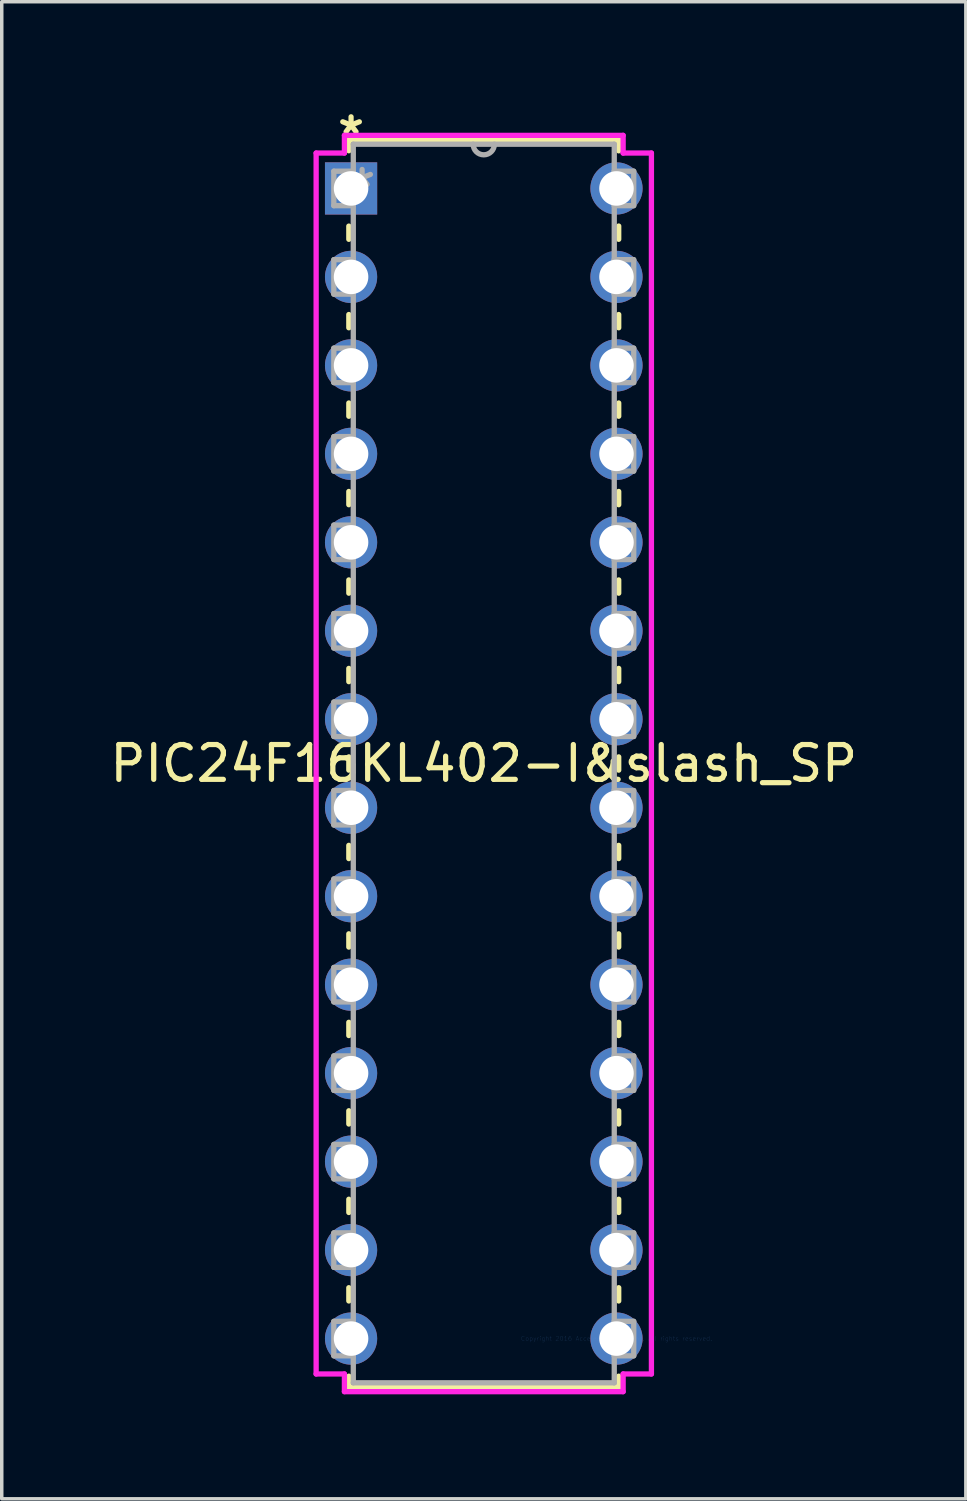
<source format=kicad_pcb>
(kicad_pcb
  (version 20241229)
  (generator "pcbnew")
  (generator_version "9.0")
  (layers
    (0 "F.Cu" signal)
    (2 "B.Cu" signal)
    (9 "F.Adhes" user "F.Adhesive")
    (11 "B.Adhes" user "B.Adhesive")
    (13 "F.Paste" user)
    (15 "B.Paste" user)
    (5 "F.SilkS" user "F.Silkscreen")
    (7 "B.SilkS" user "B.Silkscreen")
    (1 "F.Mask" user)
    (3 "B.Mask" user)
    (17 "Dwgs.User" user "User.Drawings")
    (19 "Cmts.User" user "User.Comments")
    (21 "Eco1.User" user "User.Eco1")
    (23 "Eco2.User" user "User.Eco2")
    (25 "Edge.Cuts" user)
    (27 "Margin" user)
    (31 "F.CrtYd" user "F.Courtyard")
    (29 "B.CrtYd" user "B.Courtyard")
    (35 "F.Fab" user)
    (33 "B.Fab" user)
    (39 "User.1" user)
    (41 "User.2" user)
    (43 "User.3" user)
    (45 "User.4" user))
  (footprint "PIC24F16KL402-I&slash_SP"
    (layer "F.Cu")
    (at 14.649 35.38)
    (property "Reference" "PIC24F16KL402-I&slash_SP" (at -3.81 -16.51 0) (layer "F.SilkS") (effects (font (size 1 1) (thickness 0.15))))
    (attr through_hole)
    (fp_line (start -7.684 -34.417) (end -7.684 -34.102) (stroke (width 0.152) (type solid)) (layer "F.SilkS"))
    (fp_line (start -7.684 -31.938) (end -7.684 -31.56) (stroke (width 0.152) (type solid)) (layer "F.SilkS"))
    (fp_line (start -7.684 -29.4) (end -7.684 -29.02) (stroke (width 0.152) (type solid)) (layer "F.SilkS"))
    (fp_line (start -7.684 -26.86) (end -7.684 -26.48) (stroke (width 0.152) (type solid)) (layer "F.SilkS"))
    (fp_line (start -7.684 -24.32) (end -7.684 -23.94) (stroke (width 0.152) (type solid)) (layer "F.SilkS"))
    (fp_line (start -7.684 -21.78) (end -7.684 -21.4) (stroke (width 0.152) (type solid)) (layer "F.SilkS"))
    (fp_line (start -7.684 -19.24) (end -7.684 -18.86) (stroke (width 0.152) (type solid)) (layer "F.SilkS"))
    (fp_line (start -7.684 -16.7) (end -7.684 -16.32) (stroke (width 0.152) (type solid)) (layer "F.SilkS"))
    (fp_line (start -7.684 -14.16) (end -7.684 -13.78) (stroke (width 0.152) (type solid)) (layer "F.SilkS"))
    (fp_line (start -7.684 -11.62) (end -7.684 -11.24) (stroke (width 0.152) (type solid)) (layer "F.SilkS"))
    (fp_line (start -7.684 -9.08) (end -7.684 -8.7) (stroke (width 0.152) (type solid)) (layer "F.SilkS"))
    (fp_line (start -7.684 -6.54) (end -7.684 -6.16) (stroke (width 0.152) (type solid)) (layer "F.SilkS"))
    (fp_line (start -7.684 -4) (end -7.684 -3.62) (stroke (width 0.152) (type solid)) (layer "F.SilkS"))
    (fp_line (start -7.684 -1.46) (end -7.684 -1.08) (stroke (width 0.152) (type solid)) (layer "F.SilkS"))
    (fp_line (start -7.684 1.08) (end -7.684 1.397) (stroke (width 0.152) (type solid)) (layer "F.SilkS"))
    (fp_line (start -7.684 1.397) (end 0.064 1.397) (stroke (width 0.152) (type solid)) (layer "F.SilkS"))
    (fp_line (start 0.064 -34.417) (end -7.684 -34.417) (stroke (width 0.152) (type solid)) (layer "F.SilkS"))
    (fp_line (start 0.064 -34.1) (end 0.064 -34.417) (stroke (width 0.152) (type solid)) (layer "F.SilkS"))
    (fp_line (start 0.064 -31.56) (end 0.064 -31.94) (stroke (width 0.152) (type solid)) (layer "F.SilkS"))
    (fp_line (start 0.064 -29.02) (end 0.064 -29.4) (stroke (width 0.152) (type solid)) (layer "F.SilkS"))
    (fp_line (start 0.064 -26.48) (end 0.064 -26.86) (stroke (width 0.152) (type solid)) (layer "F.SilkS"))
    (fp_line (start 0.064 -23.94) (end 0.064 -24.32) (stroke (width 0.152) (type solid)) (layer "F.SilkS"))
    (fp_line (start 0.064 -21.4) (end 0.064 -21.78) (stroke (width 0.152) (type solid)) (layer "F.SilkS"))
    (fp_line (start 0.064 -18.86) (end 0.064 -19.24) (stroke (width 0.152) (type solid)) (layer "F.SilkS"))
    (fp_line (start 0.064 -16.32) (end 0.064 -16.7) (stroke (width 0.152) (type solid)) (layer "F.SilkS"))
    (fp_line (start 0.064 -13.78) (end 0.064 -14.16) (stroke (width 0.152) (type solid)) (layer "F.SilkS"))
    (fp_line (start 0.064 -11.24) (end 0.064 -11.62) (stroke (width 0.152) (type solid)) (layer "F.SilkS"))
    (fp_line (start 0.064 -8.7) (end 0.064 -9.08) (stroke (width 0.152) (type solid)) (layer "F.SilkS"))
    (fp_line (start 0.064 -6.16) (end 0.064 -6.54) (stroke (width 0.152) (type solid)) (layer "F.SilkS"))
    (fp_line (start 0.064 -3.62) (end 0.064 -4) (stroke (width 0.152) (type solid)) (layer "F.SilkS"))
    (fp_line (start 0.064 -1.08) (end 0.064 -1.46) (stroke (width 0.152) (type solid)) (layer "F.SilkS"))
    (fp_line (start 0.064 1.397) (end 0.064 1.08) (stroke (width 0.152) (type solid)) (layer "F.SilkS"))
    (fp_line (start -8.623 -34.036) (end -8.623 1.016) (stroke (width 0.152) (type solid)) (layer "F.CrtYd"))
    (fp_line (start -8.623 1.016) (end -7.811 1.016) (stroke (width 0.152) (type solid)) (layer "F.CrtYd"))
    (fp_line (start -7.811 -34.544) (end -7.811 -34.036) (stroke (width 0.152) (type solid)) (layer "F.CrtYd"))
    (fp_line (start -7.811 -34.036) (end -8.623 -34.036) (stroke (width 0.152) (type solid)) (layer "F.CrtYd"))
    (fp_line (start -7.811 1.016) (end -7.811 1.524) (stroke (width 0.152) (type solid)) (layer "F.CrtYd"))
    (fp_line (start -7.811 1.524) (end 0.191 1.524) (stroke (width 0.152) (type solid)) (layer "F.CrtYd"))
    (fp_line (start 0.191 -34.544) (end -7.811 -34.544) (stroke (width 0.152) (type solid)) (layer "F.CrtYd"))
    (fp_line (start 0.191 -34.036) (end 0.191 -34.544) (stroke (width 0.152) (type solid)) (layer "F.CrtYd"))
    (fp_line (start 0.191 1.016) (end 1.003 1.016) (stroke (width 0.152) (type solid)) (layer "F.CrtYd"))
    (fp_line (start 0.191 1.524) (end 0.191 1.016) (stroke (width 0.152) (type solid)) (layer "F.CrtYd"))
    (fp_line (start 1.003 -34.036) (end 0.191 -34.036) (stroke (width 0.152) (type solid)) (layer "F.CrtYd"))
    (fp_line (start 1.003 1.016) (end 1.003 -34.036) (stroke (width 0.152) (type solid)) (layer "F.CrtYd"))
    (fp_line (start -8.115 -33.515) (end -8.115 -32.525) (stroke (width 0.152) (type solid)) (layer "F.Fab"))
    (fp_line (start -8.115 -32.525) (end -7.556 -32.525) (stroke (width 0.152) (type solid)) (layer "F.Fab"))
    (fp_line (start -8.115 -30.975) (end -8.115 -29.985) (stroke (width 0.152) (type solid)) (layer "F.Fab"))
    (fp_line (start -8.115 -29.985) (end -7.556 -29.985) (stroke (width 0.152) (type solid)) (layer "F.Fab"))
    (fp_line (start -8.115 -28.435) (end -8.115 -27.445) (stroke (width 0.152) (type solid)) (layer "F.Fab"))
    (fp_line (start -8.115 -27.445) (end -7.556 -27.445) (stroke (width 0.152) (type solid)) (layer "F.Fab"))
    (fp_line (start -8.115 -25.895) (end -8.115 -24.905) (stroke (width 0.152) (type solid)) (layer "F.Fab"))
    (fp_line (start -8.115 -24.905) (end -7.556 -24.905) (stroke (width 0.152) (type solid)) (layer "F.Fab"))
    (fp_line (start -8.115 -23.355) (end -8.115 -22.365) (stroke (width 0.152) (type solid)) (layer "F.Fab"))
    (fp_line (start -8.115 -22.365) (end -7.556 -22.365) (stroke (width 0.152) (type solid)) (layer "F.Fab"))
    (fp_line (start -8.115 -20.815) (end -8.115 -19.825) (stroke (width 0.152) (type solid)) (layer "F.Fab"))
    (fp_line (start -8.115 -19.825) (end -7.556 -19.825) (stroke (width 0.152) (type solid)) (layer "F.Fab"))
    (fp_line (start -8.115 -18.275) (end -8.115 -17.285) (stroke (width 0.152) (type solid)) (layer "F.Fab"))
    (fp_line (start -8.115 -17.285) (end -7.556 -17.285) (stroke (width 0.152) (type solid)) (layer "F.Fab"))
    (fp_line (start -8.115 -15.735) (end -8.115 -14.745) (stroke (width 0.152) (type solid)) (layer "F.Fab"))
    (fp_line (start -8.115 -14.745) (end -7.556 -14.745) (stroke (width 0.152) (type solid)) (layer "F.Fab"))
    (fp_line (start -8.115 -13.195) (end -8.115 -12.205) (stroke (width 0.152) (type solid)) (layer "F.Fab"))
    (fp_line (start -8.115 -12.205) (end -7.556 -12.205) (stroke (width 0.152) (type solid)) (layer "F.Fab"))
    (fp_line (start -8.115 -10.655) (end -8.115 -9.665) (stroke (width 0.152) (type solid)) (layer "F.Fab"))
    (fp_line (start -8.115 -9.665) (end -7.556 -9.665) (stroke (width 0.152) (type solid)) (layer "F.Fab"))
    (fp_line (start -8.115 -8.115) (end -8.115 -7.125) (stroke (width 0.152) (type solid)) (layer "F.Fab"))
    (fp_line (start -8.115 -7.125) (end -7.556 -7.125) (stroke (width 0.152) (type solid)) (layer "F.Fab"))
    (fp_line (start -8.115 -5.575) (end -8.115 -4.585) (stroke (width 0.152) (type solid)) (layer "F.Fab"))
    (fp_line (start -8.115 -4.585) (end -7.556 -4.585) (stroke (width 0.152) (type solid)) (layer "F.Fab"))
    (fp_line (start -8.115 -3.035) (end -8.115 -2.045) (stroke (width 0.152) (type solid)) (layer "F.Fab"))
    (fp_line (start -8.115 -2.045) (end -7.556 -2.045) (stroke (width 0.152) (type solid)) (layer "F.Fab"))
    (fp_line (start -8.115 -0.495) (end -8.115 0.495) (stroke (width 0.152) (type solid)) (layer "F.Fab"))
    (fp_line (start -8.115 0.495) (end -7.556 0.495) (stroke (width 0.152) (type solid)) (layer "F.Fab"))
    (fp_line (start -7.556 -34.29) (end -7.556 1.27) (stroke (width 0.152) (type solid)) (layer "F.Fab"))
    (fp_line (start -7.556 -33.515) (end -8.115 -33.515) (stroke (width 0.152) (type solid)) (layer "F.Fab"))
    (fp_line (start -7.556 -32.525) (end -7.556 -33.515) (stroke (width 0.152) (type solid)) (layer "F.Fab"))
    (fp_line (start -7.556 -30.975) (end -8.115 -30.975) (stroke (width 0.152) (type solid)) (layer "F.Fab"))
    (fp_line (start -7.556 -29.985) (end -7.556 -30.975) (stroke (width 0.152) (type solid)) (layer "F.Fab"))
    (fp_line (start -7.556 -28.435) (end -8.115 -28.435) (stroke (width 0.152) (type solid)) (layer "F.Fab"))
    (fp_line (start -7.556 -27.445) (end -7.556 -28.435) (stroke (width 0.152) (type solid)) (layer "F.Fab"))
    (fp_line (start -7.556 -25.895) (end -8.115 -25.895) (stroke (width 0.152) (type solid)) (layer "F.Fab"))
    (fp_line (start -7.556 -24.905) (end -7.556 -25.895) (stroke (width 0.152) (type solid)) (layer "F.Fab"))
    (fp_line (start -7.556 -23.355) (end -8.115 -23.355) (stroke (width 0.152) (type solid)) (layer "F.Fab"))
    (fp_line (start -7.556 -22.365) (end -7.556 -23.355) (stroke (width 0.152) (type solid)) (layer "F.Fab"))
    (fp_line (start -7.556 -20.815) (end -8.115 -20.815) (stroke (width 0.152) (type solid)) (layer "F.Fab"))
    (fp_line (start -7.556 -19.825) (end -7.556 -20.815) (stroke (width 0.152) (type solid)) (layer "F.Fab"))
    (fp_line (start -7.556 -18.275) (end -8.115 -18.275) (stroke (width 0.152) (type solid)) (layer "F.Fab"))
    (fp_line (start -7.556 -17.285) (end -7.556 -18.275) (stroke (width 0.152) (type solid)) (layer "F.Fab"))
    (fp_line (start -7.556 -15.735) (end -8.115 -15.735) (stroke (width 0.152) (type solid)) (layer "F.Fab"))
    (fp_line (start -7.556 -14.745) (end -7.556 -15.735) (stroke (width 0.152) (type solid)) (layer "F.Fab"))
    (fp_line (start -7.556 -13.195) (end -8.115 -13.195) (stroke (width 0.152) (type solid)) (layer "F.Fab"))
    (fp_line (start -7.556 -12.205) (end -7.556 -13.195) (stroke (width 0.152) (type solid)) (layer "F.Fab"))
    (fp_line (start -7.556 -10.655) (end -8.115 -10.655) (stroke (width 0.152) (type solid)) (layer "F.Fab"))
    (fp_line (start -7.556 -9.665) (end -7.556 -10.655) (stroke (width 0.152) (type solid)) (layer "F.Fab"))
    (fp_line (start -7.556 -8.115) (end -8.115 -8.115) (stroke (width 0.152) (type solid)) (layer "F.Fab"))
    (fp_line (start -7.556 -7.125) (end -7.556 -8.115) (stroke (width 0.152) (type solid)) (layer "F.Fab"))
    (fp_line (start -7.556 -5.575) (end -8.115 -5.575) (stroke (width 0.152) (type solid)) (layer "F.Fab"))
    (fp_line (start -7.556 -4.585) (end -7.556 -5.575) (stroke (width 0.152) (type solid)) (layer "F.Fab"))
    (fp_line (start -7.556 -3.035) (end -8.115 -3.035) (stroke (width 0.152) (type solid)) (layer "F.Fab"))
    (fp_line (start -7.556 -2.045) (end -7.556 -3.035) (stroke (width 0.152) (type solid)) (layer "F.Fab"))
    (fp_line (start -7.556 -0.495) (end -8.115 -0.495) (stroke (width 0.152) (type solid)) (layer "F.Fab"))
    (fp_line (start -7.556 0.495) (end -7.556 -0.495) (stroke (width 0.152) (type solid)) (layer "F.Fab"))
    (fp_line (start -7.556 1.27) (end -0.064 1.27) (stroke (width 0.152) (type solid)) (layer "F.Fab"))
    (fp_line (start -0.064 -34.29) (end -7.556 -34.29) (stroke (width 0.152) (type solid)) (layer "F.Fab"))
    (fp_line (start -0.064 -33.515) (end -0.064 -32.525) (stroke (width 0.152) (type solid)) (layer "F.Fab"))
    (fp_line (start -0.064 -32.525) (end 0.495 -32.525) (stroke (width 0.152) (type solid)) (layer "F.Fab"))
    (fp_line (start -0.064 -30.975) (end -0.064 -29.985) (stroke (width 0.152) (type solid)) (layer "F.Fab"))
    (fp_line (start -0.064 -29.985) (end 0.495 -29.985) (stroke (width 0.152) (type solid)) (layer "F.Fab"))
    (fp_line (start -0.064 -28.435) (end -0.064 -27.445) (stroke (width 0.152) (type solid)) (layer "F.Fab"))
    (fp_line (start -0.064 -27.445) (end 0.495 -27.445) (stroke (width 0.152) (type solid)) (layer "F.Fab"))
    (fp_line (start -0.064 -25.895) (end -0.064 -24.905) (stroke (width 0.152) (type solid)) (layer "F.Fab"))
    (fp_line (start -0.064 -24.905) (end 0.495 -24.905) (stroke (width 0.152) (type solid)) (layer "F.Fab"))
    (fp_line (start -0.064 -23.355) (end -0.064 -22.365) (stroke (width 0.152) (type solid)) (layer "F.Fab"))
    (fp_line (start -0.064 -22.365) (end 0.495 -22.365) (stroke (width 0.152) (type solid)) (layer "F.Fab"))
    (fp_line (start -0.064 -20.815) (end -0.064 -19.825) (stroke (width 0.152) (type solid)) (layer "F.Fab"))
    (fp_line (start -0.064 -19.825) (end 0.495 -19.825) (stroke (width 0.152) (type solid)) (layer "F.Fab"))
    (fp_line (start -0.064 -18.275) (end -0.064 -17.285) (stroke (width 0.152) (type solid)) (layer "F.Fab"))
    (fp_line (start -0.064 -17.285) (end 0.495 -17.285) (stroke (width 0.152) (type solid)) (layer "F.Fab"))
    (fp_line (start -0.064 -15.735) (end -0.064 -14.745) (stroke (width 0.152) (type solid)) (layer "F.Fab"))
    (fp_line (start -0.064 -14.745) (end 0.495 -14.745) (stroke (width 0.152) (type solid)) (layer "F.Fab"))
    (fp_line (start -0.064 -13.195) (end -0.064 -12.205) (stroke (width 0.152) (type solid)) (layer "F.Fab"))
    (fp_line (start -0.064 -12.205) (end 0.495 -12.205) (stroke (width 0.152) (type solid)) (layer "F.Fab"))
    (fp_line (start -0.064 -10.655) (end -0.064 -9.665) (stroke (width 0.152) (type solid)) (layer "F.Fab"))
    (fp_line (start -0.064 -9.665) (end 0.495 -9.665) (stroke (width 0.152) (type solid)) (layer "F.Fab"))
    (fp_line (start -0.064 -8.115) (end -0.064 -7.125) (stroke (width 0.152) (type solid)) (layer "F.Fab"))
    (fp_line (start -0.064 -7.125) (end 0.495 -7.125) (stroke (width 0.152) (type solid)) (layer "F.Fab"))
    (fp_line (start -0.064 -5.575) (end -0.064 -4.585) (stroke (width 0.152) (type solid)) (layer "F.Fab"))
    (fp_line (start -0.064 -4.585) (end 0.495 -4.585) (stroke (width 0.152) (type solid)) (layer "F.Fab"))
    (fp_line (start -0.064 -3.035) (end -0.064 -2.045) (stroke (width 0.152) (type solid)) (layer "F.Fab"))
    (fp_line (start -0.064 -2.045) (end 0.495 -2.045) (stroke (width 0.152) (type solid)) (layer "F.Fab"))
    (fp_line (start -0.064 -0.495) (end -0.064 0.495) (stroke (width 0.152) (type solid)) (layer "F.Fab"))
    (fp_line (start -0.064 0.495) (end 0.495 0.495) (stroke (width 0.152) (type solid)) (layer "F.Fab"))
    (fp_line (start -0.064 1.27) (end -0.064 -34.29) (stroke (width 0.152) (type solid)) (layer "F.Fab"))
    (fp_line (start 0.495 -33.515) (end -0.064 -33.515) (stroke (width 0.152) (type solid)) (layer "F.Fab"))
    (fp_line (start 0.495 -32.525) (end 0.495 -33.515) (stroke (width 0.152) (type solid)) (layer "F.Fab"))
    (fp_line (start 0.495 -30.975) (end -0.064 -30.975) (stroke (width 0.152) (type solid)) (layer "F.Fab"))
    (fp_line (start 0.495 -29.985) (end 0.495 -30.975) (stroke (width 0.152) (type solid)) (layer "F.Fab"))
    (fp_line (start 0.495 -28.435) (end -0.064 -28.435) (stroke (width 0.152) (type solid)) (layer "F.Fab"))
    (fp_line (start 0.495 -27.445) (end 0.495 -28.435) (stroke (width 0.152) (type solid)) (layer "F.Fab"))
    (fp_line (start 0.495 -25.895) (end -0.064 -25.895) (stroke (width 0.152) (type solid)) (layer "F.Fab"))
    (fp_line (start 0.495 -24.905) (end 0.495 -25.895) (stroke (width 0.152) (type solid)) (layer "F.Fab"))
    (fp_line (start 0.495 -23.355) (end -0.064 -23.355) (stroke (width 0.152) (type solid)) (layer "F.Fab"))
    (fp_line (start 0.495 -22.365) (end 0.495 -23.355) (stroke (width 0.152) (type solid)) (layer "F.Fab"))
    (fp_line (start 0.495 -20.815) (end -0.064 -20.815) (stroke (width 0.152) (type solid)) (layer "F.Fab"))
    (fp_line (start 0.495 -19.825) (end 0.495 -20.815) (stroke (width 0.152) (type solid)) (layer "F.Fab"))
    (fp_line (start 0.495 -18.275) (end -0.064 -18.275) (stroke (width 0.152) (type solid)) (layer "F.Fab"))
    (fp_line (start 0.495 -17.285) (end 0.495 -18.275) (stroke (width 0.152) (type solid)) (layer "F.Fab"))
    (fp_line (start 0.495 -15.735) (end -0.064 -15.735) (stroke (width 0.152) (type solid)) (layer "F.Fab"))
    (fp_line (start 0.495 -14.745) (end 0.495 -15.735) (stroke (width 0.152) (type solid)) (layer "F.Fab"))
    (fp_line (start 0.495 -13.195) (end -0.064 -13.195) (stroke (width 0.152) (type solid)) (layer "F.Fab"))
    (fp_line (start 0.495 -12.205) (end 0.495 -13.195) (stroke (width 0.152) (type solid)) (layer "F.Fab"))
    (fp_line (start 0.495 -10.655) (end -0.064 -10.655) (stroke (width 0.152) (type solid)) (layer "F.Fab"))
    (fp_line (start 0.495 -9.665) (end 0.495 -10.655) (stroke (width 0.152) (type solid)) (layer "F.Fab"))
    (fp_line (start 0.495 -8.115) (end -0.064 -8.115) (stroke (width 0.152) (type solid)) (layer "F.Fab"))
    (fp_line (start 0.495 -7.125) (end 0.495 -8.115) (stroke (width 0.152) (type solid)) (layer "F.Fab"))
    (fp_line (start 0.495 -5.575) (end -0.064 -5.575) (stroke (width 0.152) (type solid)) (layer "F.Fab"))
    (fp_line (start 0.495 -4.585) (end 0.495 -5.575) (stroke (width 0.152) (type solid)) (layer "F.Fab"))
    (fp_line (start 0.495 -3.035) (end -0.064 -3.035) (stroke (width 0.152) (type solid)) (layer "F.Fab"))
    (fp_line (start 0.495 -2.045) (end 0.495 -3.035) (stroke (width 0.152) (type solid)) (layer "F.Fab"))
    (fp_line (start 0.495 -0.495) (end -0.064 -0.495) (stroke (width 0.152) (type solid)) (layer "F.Fab"))
    (fp_line (start 0.495 0.495) (end 0.495 -0.495) (stroke (width 0.152) (type solid)) (layer "F.Fab"))
    (fp_arc (start -3.5052 -34.29) (mid -3.81 -33.9852) (end -4.1148 -34.29) (stroke (width 0.1524) (type solid)) (layer "F.Fab"))
    (fp_text user "*" (at -7.62 -34.531 0) (layer "F.SilkS") (effects (font (size 1 1) (thickness 0.15))))
    (fp_text user "Copyright 2016 Accelerated Designs. All rights reserved." (at 0 0 0) (layer "Cmts.User") (effects (font (size 0.127 0.127) (thickness 0.002))))
    (fp_text user "*" (at -7.303 -33.02 0) (layer "F.Fab") (effects (font (size 1 1) (thickness 0.15))))
    (pad "1" thru_hole rect (at -7.62 -33.02) (size 1.499 1.499) (drill 0.991) (layers "*.Cu" "*.Mask"))
    (pad "2" thru_hole circle (at -7.62 -30.48) (size 1.499 1.499) (drill 0.991) (layers "*.Cu" "*.Mask"))
    (pad "3" thru_hole circle (at -7.62 -27.94) (size 1.499 1.499) (drill 0.991) (layers "*.Cu" "*.Mask"))
    (pad "4" thru_hole circle (at -7.62 -25.4) (size 1.499 1.499) (drill 0.991) (layers "*.Cu" "*.Mask"))
    (pad "5" thru_hole circle (at -7.62 -22.86) (size 1.499 1.499) (drill 0.991) (layers "*.Cu" "*.Mask"))
    (pad "6" thru_hole circle (at -7.62 -20.32) (size 1.499 1.499) (drill 0.991) (layers "*.Cu" "*.Mask"))
    (pad "7" thru_hole circle (at -7.62 -17.78) (size 1.499 1.499) (drill 0.991) (layers "*.Cu" "*.Mask"))
    (pad "8" thru_hole circle (at -7.62 -15.24) (size 1.499 1.499) (drill 0.991) (layers "*.Cu" "*.Mask"))
    (pad "9" thru_hole circle (at -7.62 -12.7) (size 1.499 1.499) (drill 0.991) (layers "*.Cu" "*.Mask"))
    (pad "10" thru_hole circle (at -7.62 -10.16) (size 1.499 1.499) (drill 0.991) (layers "*.Cu" "*.Mask"))
    (pad "11" thru_hole circle (at -7.62 -7.62) (size 1.499 1.499) (drill 0.991) (layers "*.Cu" "*.Mask"))
    (pad "12" thru_hole circle (at -7.62 -5.08) (size 1.499 1.499) (drill 0.991) (layers "*.Cu" "*.Mask"))
    (pad "13" thru_hole circle (at -7.62 -2.54) (size 1.499 1.499) (drill 0.991) (layers "*.Cu" "*.Mask"))
    (pad "14" thru_hole circle (at -7.62 0) (size 1.499 1.499) (drill 0.991) (layers "*.Cu" "*.Mask"))
    (pad "15" thru_hole circle (at 0 0) (size 1.499 1.499) (drill 0.991) (layers "*.Cu" "*.Mask"))
    (pad "16" thru_hole circle (at 0 -2.54) (size 1.499 1.499) (drill 0.991) (layers "*.Cu" "*.Mask"))
    (pad "17" thru_hole circle (at 0 -5.08) (size 1.499 1.499) (drill 0.991) (layers "*.Cu" "*.Mask"))
    (pad "18" thru_hole circle (at 0 -7.62) (size 1.499 1.499) (drill 0.991) (layers "*.Cu" "*.Mask"))
    (pad "19" thru_hole circle (at 0 -10.16) (size 1.499 1.499) (drill 0.991) (layers "*.Cu" "*.Mask"))
    (pad "20" thru_hole circle (at 0 -12.7) (size 1.499 1.499) (drill 0.991) (layers "*.Cu" "*.Mask"))
    (pad "21" thru_hole circle (at 0 -15.24) (size 1.499 1.499) (drill 0.991) (layers "*.Cu" "*.Mask"))
    (pad "22" thru_hole circle (at 0 -17.78) (size 1.499 1.499) (drill 0.991) (layers "*.Cu" "*.Mask"))
    (pad "23" thru_hole circle (at 0 -20.32) (size 1.499 1.499) (drill 0.991) (layers "*.Cu" "*.Mask"))
    (pad "24" thru_hole circle (at 0 -22.86) (size 1.499 1.499) (drill 0.991) (layers "*.Cu" "*.Mask"))
    (pad "25" thru_hole circle (at 0 -25.4) (size 1.499 1.499) (drill 0.991) (layers "*.Cu" "*.Mask"))
    (pad "26" thru_hole circle (at 0 -27.94) (size 1.499 1.499) (drill 0.991) (layers "*.Cu" "*.Mask"))
    (pad "27" thru_hole circle (at 0 -30.48) (size 1.499 1.499) (drill 0.991) (layers "*.Cu" "*.Mask"))
    (pad "28" thru_hole circle (at 0 -33.02) (size 1.499 1.499) (drill 0.991) (layers "*.Cu" "*.Mask")))
  (gr_rect
    (start -3 -3)
    (end 24.679 39.98)
    (stroke (width 0.1) (type default))
    (fill no)
    (layer "Edge.Cuts")))
</source>
